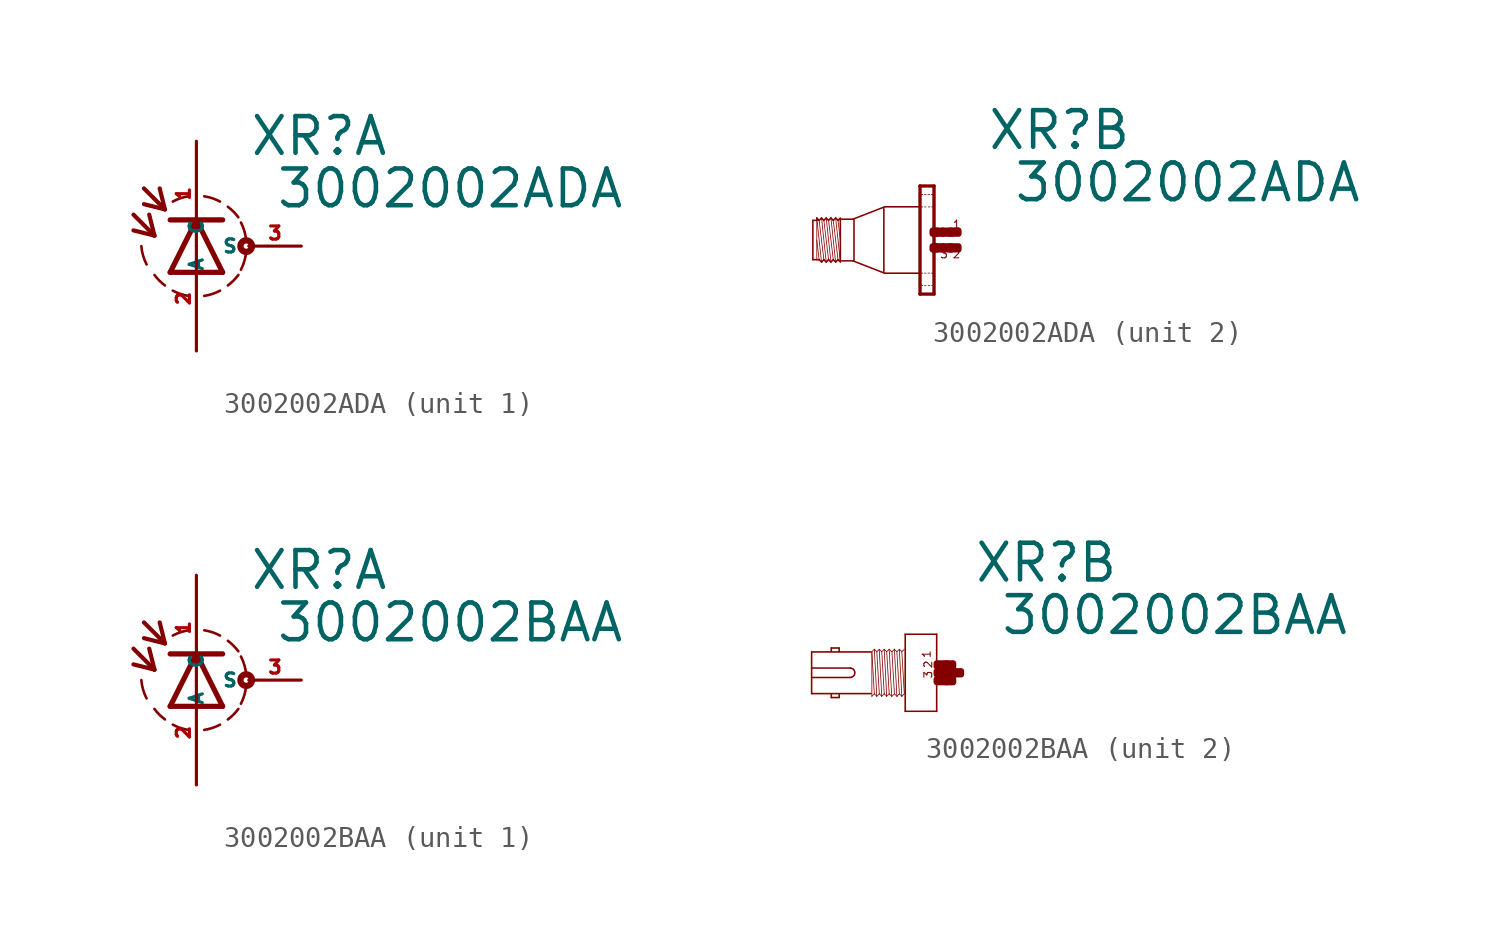
<source format=kicad_sym>
(kicad_symbol_lib
  (version 20220914)
  (generator Eagle2Kicad)
  (symbol "3002002ADA"
    (property "Reference" "XR"
      (at 2.54 4.293 0)
      (effects (font (size 1.778 1.778) (thickness 0.22)) (justify left bottom)))
    (property "Value" "3002002ADA"
      (at 3.81 1.753 0)
      (effects (font (size 1.778 1.778) (thickness 0.22)) (justify left bottom)))
    (symbol "3002002ADA_1_0"
      (arc (start 0.381 -2.413) (mid 0.773 -2.318) (end 1.143 -2.159) (stroke (width 0.127) (type default)) (fill (type none)))
      (arc (start 2.159 -1.143) (mid 2.329 -0.711) (end 2.413 -0.254) (stroke (width 0.127) (type default)) (fill (type none)))
      (arc (start 2.413 0.254) (mid 2.329 0.711) (end 2.159 1.143) (stroke (width 0.127) (type default)) (fill (type none)))
      (arc (start 2.032 1.397) (mid 1.797 1.670) (end 1.524 1.905) (stroke (width 0.127) (type default)) (fill (type none)))
      (arc (start 1.143 2.159) (mid 0.773 2.318) (end 0.381 2.413) (stroke (width 0.127) (type default)) (fill (type none)))
      (arc (start 1.524 -1.905) (mid 1.797 -1.670) (end 2.032 -1.397) (stroke (width 0.127) (type default)) (fill (type none)))
      (arc (start -0.381 2.413) (mid -0.773 2.318) (end -1.143 2.159) (stroke (width 0.127) (type default)) (fill (type none)))
      (polyline (pts (xy 1.27 -1.27) (xy 0 1.27)) (stroke (width 0.254) (type default)) (fill (type none)))
      (polyline (pts (xy 0 1.27) (xy -1.27 -1.27)) (stroke (width 0.254) (type default)) (fill (type none)))
      (polyline (pts (xy -1.27 1.27) (xy 0 1.27)) (stroke (width 0.254) (type default)) (fill (type none)))
      (polyline (pts (xy -1.27 -1.27) (xy 1.27 -1.27)) (stroke (width 0.254) (type default)) (fill (type none)))
      (polyline (pts (xy 0 1.27) (xy 1.27 1.27)) (stroke (width 0.254) (type default)) (fill (type none)))
      (polyline (pts (xy -3.048 1.524) (xy -2.032 0.508)) (stroke (width 0.203) (type default)) (fill (type none)))
      (polyline (pts (xy -2.032 0.508) (xy -2.286 1.524)) (stroke (width 0.203) (type default)) (fill (type none)))
      (polyline (pts (xy -2.032 0.508) (xy -3.048 0.762)) (stroke (width 0.203) (type default)) (fill (type none)))
      (polyline (pts (xy -2.54 2.794) (xy -1.524 1.778)) (stroke (width 0.203) (type default)) (fill (type none)))
      (polyline (pts (xy -1.524 1.778) (xy -1.778 2.794)) (stroke (width 0.203) (type default)) (fill (type none)))
      (polyline (pts (xy -1.524 1.778) (xy -2.54 2.032)) (stroke (width 0.203) (type default)) (fill (type none)))
      (arc (start -2.667 0) (mid -2.583 -0.457) (end -2.413 -0.889) (stroke (width 0.127) (type default)) (fill (type none)))
      (arc (start -2.032 -1.397) (mid -1.797 -1.670) (end -1.524 -1.905) (stroke (width 0.127) (type default)) (fill (type none)))
      (arc (start -1.143 -2.159) (mid -0.773 -2.318) (end -0.381 -2.413) (stroke (width 0.127) (type default)) (fill (type none)))
      (circle (center 2.413 0) (radius 0.127) (stroke (width 0.305) (type default)) (fill (type none)))
      (pin passive line (at 0 5.08 270) (length 5.08) (name "A" (effects (font (size 0.635 0.635) (thickness 0.08)) (justify left bottom))) (number "1" (effects (font (size 0.635 0.635) (thickness 0.08)) (justify left bottom))))
      (pin passive line (at 0 -5.08 90) (length 5.08) (name "C" (effects (font (size 0.635 0.635) (thickness 0.08)) (justify left bottom))) (number "2" (effects (font (size 0.635 0.635) (thickness 0.08)) (justify left bottom))))
      (pin passive line (at 5.08 0 180) (length 2.54) (name "S" (effects (font (size 0.635 0.635) (thickness 0.08)) (justify left bottom))) (number "3" (effects (font (size 0.635 0.635) (thickness 0.08)) (justify left bottom)))))
    (symbol "3002002ADA_2_0"
      (polyline (pts (xy -4.548 -1.067) (xy -4.777 1.067)) (stroke (width 0.038) (type default)) (fill (type none)))
      (polyline (pts (xy -4.662 0.953) (xy -4.548 0)) (stroke (width 0.038) (type default)) (fill (type none)))
      (polyline (pts (xy -4.662 -0.953) (xy -4.891 0.953)) (stroke (width 0.038) (type default)) (fill (type none)))
      (polyline (pts (xy -4.777 -1.067) (xy -5.005 1.067)) (stroke (width 0.038) (type default)) (fill (type none)))
      (polyline (pts (xy -4.891 -0.953) (xy -5.12 0.953)) (stroke (width 0.038) (type default)) (fill (type none)))
      (polyline (pts (xy -5.005 -1.067) (xy -5.234 1.067)) (stroke (width 0.038) (type default)) (fill (type none)))
      (polyline (pts (xy -5.12 -0.953) (xy -5.348 0.953)) (stroke (width 0.038) (type default)) (fill (type none)))
      (polyline (pts (xy -5.234 -1.067) (xy -5.462 1.067)) (stroke (width 0.038) (type default)) (fill (type none)))
      (polyline (pts (xy -5.348 -0.953) (xy -5.577 0.953)) (stroke (width 0.038) (type default)) (fill (type none)))
      (polyline (pts (xy -5.462 -1.067) (xy -5.691 1.067)) (stroke (width 0.038) (type default)) (fill (type none)))
      (polyline (pts (xy -5.691 0) (xy -5.577 -0.953)) (stroke (width 0.038) (type default)) (fill (type none)))
      (polyline (pts (xy -5.691 1.029) (xy -5.691 0.953)) (stroke (width 0.038) (type default)) (fill (type none)))
      (polyline (pts (xy -5.691 0.953) (xy -5.691 -0.953)) (stroke (width 0.038) (type default)) (fill (type none)))
      (polyline (pts (xy -5.881 -0.953) (xy -5.881 0.953)) (stroke (width 0.076) (type default)) (fill (type none)))
      (polyline (pts (xy -5.881 0.953) (xy -5.691 0.953)) (stroke (width 0.076) (type default)) (fill (type none)))
      (polyline (pts (xy -5.691 0.953) (xy -5.691 1.067)) (stroke (width 0.076) (type default)) (fill (type none)))
      (polyline (pts (xy -5.691 1.067) (xy -5.577 0.953)) (stroke (width 0.076) (type default)) (fill (type none)))
      (polyline (pts (xy -5.577 0.953) (xy -5.462 1.067)) (stroke (width 0.076) (type default)) (fill (type none)))
      (polyline (pts (xy -5.462 1.067) (xy -5.348 0.953)) (stroke (width 0.076) (type default)) (fill (type none)))
      (polyline (pts (xy -5.348 0.953) (xy -5.234 1.067)) (stroke (width 0.076) (type default)) (fill (type none)))
      (polyline (pts (xy -5.234 1.067) (xy -5.12 0.953)) (stroke (width 0.076) (type default)) (fill (type none)))
      (polyline (pts (xy -5.12 0.953) (xy -5.005 1.067)) (stroke (width 0.076) (type default)) (fill (type none)))
      (polyline (pts (xy -4.777 1.067) (xy -4.662 0.953)) (stroke (width 0.076) (type default)) (fill (type none)))
      (polyline (pts (xy -4.662 0.953) (xy -4.548 1.067)) (stroke (width 0.076) (type default)) (fill (type none)))
      (polyline (pts (xy -4.548 -1.067) (xy -4.662 -0.953)) (stroke (width 0.076) (type default)) (fill (type none)))
      (polyline (pts (xy -4.662 -0.953) (xy -4.777 -1.067)) (stroke (width 0.076) (type default)) (fill (type none)))
      (polyline (pts (xy -4.777 -1.067) (xy -4.891 -0.953)) (stroke (width 0.076) (type default)) (fill (type none)))
      (polyline (pts (xy -4.891 -0.953) (xy -5.005 -1.067)) (stroke (width 0.076) (type default)) (fill (type none)))
      (polyline (pts (xy -5.005 -1.067) (xy -5.12 -0.953)) (stroke (width 0.076) (type default)) (fill (type none)))
      (polyline (pts (xy -5.12 -0.953) (xy -5.234 -1.067)) (stroke (width 0.076) (type default)) (fill (type none)))
      (polyline (pts (xy -5.234 -1.067) (xy -5.348 -0.953)) (stroke (width 0.076) (type default)) (fill (type none)))
      (polyline (pts (xy -5.348 -0.953) (xy -5.462 -1.067)) (stroke (width 0.076) (type default)) (fill (type none)))
      (polyline (pts (xy -5.462 -1.067) (xy -5.577 -0.953)) (stroke (width 0.076) (type default)) (fill (type none)))
      (polyline (pts (xy -5.577 -0.953) (xy -5.691 -0.953)) (stroke (width 0.076) (type default)) (fill (type none)))
      (polyline (pts (xy -5.691 -0.953) (xy -5.881 -0.953)) (stroke (width 0.076) (type default)) (fill (type none)))
      (polyline (pts (xy -4.548 1.029) (xy -4.548 1.01)) (stroke (width 0.076) (type default)) (fill (type none)))
      (polyline (pts (xy -4.548 1.01) (xy -4.548 -1.01)) (stroke (width 0.076) (type default)) (fill (type none)))
      (polyline (pts (xy -4.548 -1.01) (xy -4.548 -1.029)) (stroke (width 0.076) (type default)) (fill (type none)))
      (polyline (pts (xy -0.038 2.594) (xy -0.038 -2.594)) (stroke (width 0.076) (type default)) (fill (type none)))
      (polyline (pts (xy -0.038 -2.594) (xy -0.655 -2.594)) (stroke (width 0.076) (type default)) (fill (type none)))
      (polyline (pts (xy -0.655 -2.594) (xy -0.655 2.594)) (stroke (width 0.076) (type default)) (fill (type none)))
      (polyline (pts (xy -0.655 2.594) (xy -0.038 2.594)) (stroke (width 0.076) (type default)) (fill (type none)))
      (polyline (pts (xy -0.699 1.61) (xy -2.4 1.61)) (stroke (width 0.076) (type default)) (fill (type none)))
      (polyline (pts (xy -2.4 1.61) (xy -3.938 1.012)) (stroke (width 0.076) (type default)) (fill (type none)))
      (polyline (pts (xy -0.669 -1.61) (xy -2.4 -1.61)) (stroke (width 0.076) (type default)) (fill (type none)))
      (polyline (pts (xy -2.4 -1.61) (xy -3.938 -1.012)) (stroke (width 0.076) (type default)) (fill (type none)))
      (polyline (pts (xy -3.938 -1.01) (xy -4.548 -1.01)) (stroke (width 0.076) (type default)) (fill (type none)))
      (polyline (pts (xy -4.548 1.01) (xy -3.938 1.01)) (stroke (width 0.076) (type default)) (fill (type none)))
      (polyline (pts (xy -4.777 1.067) (xy -4.891 0.953)) (stroke (width 0.076) (type default)) (fill (type none)))
      (polyline (pts (xy -4.891 0.953) (xy -5.005 1.067)) (stroke (width 0.076) (type default)) (fill (type none)))
      (polyline (pts (xy 0 -2.625) (xy -0.69 -2.625)) (stroke (width 0) (type default)) (fill (type none)))
      (polyline (pts (xy 0 -2.625) (xy 0 2.625)) (stroke (width 0) (type default)) (fill (type none)))
      (polyline (pts (xy 0 2.625) (xy -0.69 2.625)) (stroke (width 0) (type default)) (fill (type none)))
      (polyline (pts (xy -0.69 2.625) (xy -0.69 -2.625)) (stroke (width 0) (type default)) (fill (type none)))
      (polyline (pts (xy -0.039 -1.605) (xy -0.135 -1.605)) (stroke (width 0.038) (type default)) (fill (type none)))
      (polyline (pts (xy -0.225 -1.605) (xy -0.3 -1.605)) (stroke (width 0.038) (type default)) (fill (type none)))
      (polyline (pts (xy -0.39 -1.605) (xy -0.465 -1.605)) (stroke (width 0.038) (type default)) (fill (type none)))
      (polyline (pts (xy -0.555 -1.605) (xy -0.633 -1.605)) (stroke (width 0.038) (type default)) (fill (type none)))
      (polyline (pts (xy -0.039 -2.205) (xy -0.12 -2.205)) (stroke (width 0.038) (type default)) (fill (type none)))
      (polyline (pts (xy -0.21 -2.205) (xy -0.285 -2.205)) (stroke (width 0.038) (type default)) (fill (type none)))
      (polyline (pts (xy -0.39 -2.205) (xy -0.465 -2.205)) (stroke (width 0.038) (type default)) (fill (type none)))
      (polyline (pts (xy -0.555 -2.205) (xy -0.633 -2.205)) (stroke (width 0.038) (type default)) (fill (type none)))
      (polyline (pts (xy -0.039 2.205) (xy -0.135 2.205)) (stroke (width 0.038) (type default)) (fill (type none)))
      (polyline (pts (xy -0.225 2.205) (xy -0.3 2.205)) (stroke (width 0.038) (type default)) (fill (type none)))
      (polyline (pts (xy -0.39 2.205) (xy -0.465 2.205)) (stroke (width 0.038) (type default)) (fill (type none)))
      (polyline (pts (xy -0.555 2.205) (xy -0.633 2.205)) (stroke (width 0.038) (type default)) (fill (type none)))
      (polyline (pts (xy -0.039 1.605) (xy -0.12 1.605)) (stroke (width 0.038) (type default)) (fill (type none)))
      (polyline (pts (xy -0.21 1.605) (xy -0.285 1.605)) (stroke (width 0.038) (type default)) (fill (type none)))
      (polyline (pts (xy -0.39 1.605) (xy -0.465 1.605)) (stroke (width 0.038) (type default)) (fill (type none)))
      (polyline (pts (xy -0.555 1.605) (xy -0.633 1.605)) (stroke (width 0.038) (type default)) (fill (type none)))
      (polyline (pts (xy -3.886 0.991) (xy -3.886 -0.991)) (stroke (width 0.076) (type default)) (fill (type none)))
      (polyline (pts (xy -2.438 1.524) (xy -2.438 -1.524)) (stroke (width 0.076) (type default)) (fill (type none)))
      (text "1" (at 0.876 0.533 0) (effects (font (size 0.381 0.381) (thickness 0.05)) (justify left bottom)))
      (text "3" (at 0.267 -0.914 0) (effects (font (size 0.381 0.381) (thickness 0.05)) (justify left bottom)))
      (text "2" (at 0.876 -0.914 0) (effects (font (size 0.381 0.381) (thickness 0.05)) (justify left bottom)))
      (rectangle (start 0.838 -0.457) (end 1.181 -0.305) (stroke (width 0.3) (type default)) (fill (type outline)))
      (rectangle (start 0.419 -0.457) (end 0.762 -0.305) (stroke (width 0.3) (type default)) (fill (type outline)))
      (rectangle (start 0.076 -0.457) (end 0.419 -0.305) (stroke (width 0.3) (type default)) (fill (type outline)))
      (rectangle (start -0.076 -0.457) (end 0.152 -0.305) (stroke (width 0.3) (type default)) (fill (type outline)))
      (rectangle (start 0.762 -0.457) (end 0.838 -0.305) (stroke (width 0.3) (type default)) (fill (type outline)))
      (rectangle (start 0.838 0.305) (end 1.181 0.457) (stroke (width 0.3) (type default)) (fill (type outline)))
      (rectangle (start 0.762 0.305) (end 0.838 0.457) (stroke (width 0.3) (type default)) (fill (type outline)))
      (rectangle (start 0.419 0.305) (end 0.762 0.457) (stroke (width 0.3) (type default)) (fill (type outline)))
      (rectangle (start 0.076 0.305) (end 0.419 0.457) (stroke (width 0.3) (type default)) (fill (type outline)))
      (rectangle (start -0.076 0.305) (end 0.152 0.457) (stroke (width 0.3) (type default)) (fill (type outline)))))
  (symbol "3002002BAA"
    (property "Reference" "XR"
      (at 2.54 4.293 0)
      (effects (font (size 1.778 1.778) (thickness 0.22)) (justify left bottom)))
    (property "Value" "3002002BAA"
      (at 3.81 1.753 0)
      (effects (font (size 1.778 1.778) (thickness 0.22)) (justify left bottom)))
    (symbol "3002002BAA_1_0"
      (arc (start 0.381 -2.413) (mid 0.773 -2.318) (end 1.143 -2.159) (stroke (width 0.127) (type default)) (fill (type none)))
      (arc (start 2.159 -1.143) (mid 2.329 -0.711) (end 2.413 -0.254) (stroke (width 0.127) (type default)) (fill (type none)))
      (arc (start 2.413 0.254) (mid 2.329 0.711) (end 2.159 1.143) (stroke (width 0.127) (type default)) (fill (type none)))
      (arc (start 2.032 1.397) (mid 1.797 1.670) (end 1.524 1.905) (stroke (width 0.127) (type default)) (fill (type none)))
      (arc (start 1.143 2.159) (mid 0.773 2.318) (end 0.381 2.413) (stroke (width 0.127) (type default)) (fill (type none)))
      (arc (start 1.524 -1.905) (mid 1.797 -1.670) (end 2.032 -1.397) (stroke (width 0.127) (type default)) (fill (type none)))
      (arc (start -0.381 2.413) (mid -0.773 2.318) (end -1.143 2.159) (stroke (width 0.127) (type default)) (fill (type none)))
      (polyline (pts (xy 1.27 -1.27) (xy 0 1.27)) (stroke (width 0.254) (type default)) (fill (type none)))
      (polyline (pts (xy 0 1.27) (xy -1.27 -1.27)) (stroke (width 0.254) (type default)) (fill (type none)))
      (polyline (pts (xy -1.27 1.27) (xy 0 1.27)) (stroke (width 0.254) (type default)) (fill (type none)))
      (polyline (pts (xy -1.27 -1.27) (xy 1.27 -1.27)) (stroke (width 0.254) (type default)) (fill (type none)))
      (polyline (pts (xy 0 1.27) (xy 1.27 1.27)) (stroke (width 0.254) (type default)) (fill (type none)))
      (polyline (pts (xy -3.048 1.524) (xy -2.032 0.508)) (stroke (width 0.203) (type default)) (fill (type none)))
      (polyline (pts (xy -2.032 0.508) (xy -2.286 1.524)) (stroke (width 0.203) (type default)) (fill (type none)))
      (polyline (pts (xy -2.032 0.508) (xy -3.048 0.762)) (stroke (width 0.203) (type default)) (fill (type none)))
      (polyline (pts (xy -2.54 2.794) (xy -1.524 1.778)) (stroke (width 0.203) (type default)) (fill (type none)))
      (polyline (pts (xy -1.524 1.778) (xy -1.778 2.794)) (stroke (width 0.203) (type default)) (fill (type none)))
      (polyline (pts (xy -1.524 1.778) (xy -2.54 2.032)) (stroke (width 0.203) (type default)) (fill (type none)))
      (arc (start -2.667 0) (mid -2.583 -0.457) (end -2.413 -0.889) (stroke (width 0.127) (type default)) (fill (type none)))
      (arc (start -2.032 -1.397) (mid -1.797 -1.670) (end -1.524 -1.905) (stroke (width 0.127) (type default)) (fill (type none)))
      (arc (start -1.143 -2.159) (mid -0.773 -2.318) (end -0.381 -2.413) (stroke (width 0.127) (type default)) (fill (type none)))
      (circle (center 2.413 0) (radius 0.127) (stroke (width 0.305) (type default)) (fill (type none)))
      (pin passive line (at 0 5.08 270) (length 5.08) (name "A" (effects (font (size 0.635 0.635) (thickness 0.08)) (justify left bottom))) (number "1" (effects (font (size 0.635 0.635) (thickness 0.08)) (justify left bottom))))
      (pin passive line (at 0 -5.08 90) (length 5.08) (name "C" (effects (font (size 0.635 0.635) (thickness 0.08)) (justify left bottom))) (number "2" (effects (font (size 0.635 0.635) (thickness 0.08)) (justify left bottom))))
      (pin passive line (at 5.08 0 180) (length 2.54) (name "S" (effects (font (size 0.635 0.635) (thickness 0.08)) (justify left bottom))) (number "3" (effects (font (size 0.635 0.635) (thickness 0.08)) (justify left bottom)))))
    (symbol "3002002BAA_2_0"
      (polyline (pts (xy 0.762 1.867) (xy 0.762 -1.867)) (stroke (width 0.076) (type default)) (fill (type none)))
      (polyline (pts (xy 0.762 -1.867) (xy -0.762 -1.867)) (stroke (width 0.076) (type default)) (fill (type none)))
      (polyline (pts (xy -0.762 -1.867) (xy -0.762 1.867)) (stroke (width 0.076) (type default)) (fill (type none)))
      (polyline (pts (xy -0.762 1.867) (xy 0.762 1.867)) (stroke (width 0.076) (type default)) (fill (type none)))
      (polyline (pts (xy -2.419 1.01) (xy -5.296 1.01)) (stroke (width 0.076) (type default)) (fill (type none)))
      (polyline (pts (xy -5.296 1.01) (xy -5.296 0.229)) (stroke (width 0.076) (type default)) (fill (type none)))
      (polyline (pts (xy -5.296 0.229) (xy -5.296 -0.229)) (stroke (width 0.076) (type default)) (fill (type none)))
      (polyline (pts (xy -5.296 -0.229) (xy -5.296 -1.01)) (stroke (width 0.076) (type default)) (fill (type none)))
      (polyline (pts (xy -5.296 -1.01) (xy -2.419 -1.01)) (stroke (width 0.076) (type default)) (fill (type none)))
      (polyline (pts (xy -3.962 -1.029) (xy -3.962 -1.2)) (stroke (width 0.076) (type default)) (fill (type none)))
      (polyline (pts (xy -3.962 -1.2) (xy -4.343 -1.2)) (stroke (width 0.076) (type default)) (fill (type none)))
      (polyline (pts (xy -4.343 -1.2) (xy -4.343 -1.029)) (stroke (width 0.076) (type default)) (fill (type none)))
      (polyline (pts (xy -4.343 1.029) (xy -4.343 1.2)) (stroke (width 0.076) (type default)) (fill (type none)))
      (polyline (pts (xy -4.343 1.2) (xy -3.962 1.2)) (stroke (width 0.076) (type default)) (fill (type none)))
      (polyline (pts (xy -3.962 1.2) (xy -3.962 1.029)) (stroke (width 0.076) (type default)) (fill (type none)))
      (polyline (pts (xy -2.258 1.14) (xy -2.138 -1.14)) (stroke (width 0.038) (type default)) (fill (type none)))
      (polyline (pts (xy -2.018 1.099) (xy -1.898 -1.14)) (stroke (width 0.038) (type default)) (fill (type none)))
      (polyline (pts (xy -1.898 1.02) (xy -1.778 -1.02)) (stroke (width 0.038) (type default)) (fill (type none)))
      (polyline (pts (xy -1.778 1.14) (xy -1.658 -1.14)) (stroke (width 0.038) (type default)) (fill (type none)))
      (polyline (pts (xy -1.538 1.14) (xy -1.418 -1.14)) (stroke (width 0.038) (type default)) (fill (type none)))
      (polyline (pts (xy -2.378 -1.14) (xy -2.378 0.999)) (stroke (width 0.038) (type default)) (fill (type none)))
      (polyline (pts (xy -2.378 -1.14) (xy -2.258 -1.02)) (stroke (width 0.038) (type default)) (fill (type none)))
      (polyline (pts (xy -2.258 -1.02) (xy -2.138 -1.14)) (stroke (width 0.038) (type default)) (fill (type none)))
      (polyline (pts (xy -2.138 -1.14) (xy -2.018 -1.02)) (stroke (width 0.038) (type default)) (fill (type none)))
      (polyline (pts (xy -2.018 -1.02) (xy -1.898 -1.14)) (stroke (width 0.038) (type default)) (fill (type none)))
      (polyline (pts (xy -1.898 -1.14) (xy -1.778 -1.02)) (stroke (width 0.038) (type default)) (fill (type none)))
      (polyline (pts (xy -1.778 -1.02) (xy -1.658 -1.14)) (stroke (width 0.038) (type default)) (fill (type none)))
      (polyline (pts (xy -1.658 -1.14) (xy -1.538 -1.02)) (stroke (width 0.038) (type default)) (fill (type none)))
      (polyline (pts (xy -1.538 -1.02) (xy -1.418 -1.14)) (stroke (width 0.038) (type default)) (fill (type none)))
      (polyline (pts (xy -2.378 1.02) (xy -2.258 1.14)) (stroke (width 0.038) (type default)) (fill (type none)))
      (polyline (pts (xy -2.258 1.14) (xy -2.138 1.02)) (stroke (width 0.038) (type default)) (fill (type none)))
      (polyline (pts (xy -2.138 1.02) (xy -2.018 1.14)) (stroke (width 0.038) (type default)) (fill (type none)))
      (polyline (pts (xy -2.018 1.14) (xy -1.898 1.02)) (stroke (width 0.038) (type default)) (fill (type none)))
      (polyline (pts (xy -1.898 1.02) (xy -1.778 1.14)) (stroke (width 0.038) (type default)) (fill (type none)))
      (polyline (pts (xy -1.778 1.14) (xy -1.658 1.02)) (stroke (width 0.038) (type default)) (fill (type none)))
      (polyline (pts (xy -1.658 1.02) (xy -1.538 1.14)) (stroke (width 0.038) (type default)) (fill (type none)))
      (polyline (pts (xy -1.538 1.14) (xy -1.418 1.02)) (stroke (width 0.038) (type default)) (fill (type none)))
      (polyline (pts (xy -2.138 1.02) (xy -2.018 -1.02)) (stroke (width 0.038) (type default)) (fill (type none)))
      (polyline (pts (xy -1.658 1.02) (xy -1.538 -1.02)) (stroke (width 0.038) (type default)) (fill (type none)))
      (polyline (pts (xy -2.378 1.02) (xy -2.258 -1.02)) (stroke (width 0.038) (type default)) (fill (type none)))
      (polyline (pts (xy -1.286 1.14) (xy -1.166 -1.14)) (stroke (width 0.038) (type default)) (fill (type none)))
      (polyline (pts (xy -1.046 1.099) (xy -0.926 -1.14)) (stroke (width 0.038) (type default)) (fill (type none)))
      (polyline (pts (xy -0.926 1.02) (xy -0.806 -1.02)) (stroke (width 0.038) (type default)) (fill (type none)))
      (polyline (pts (xy -1.406 -1.14) (xy -1.286 -1.02)) (stroke (width 0.038) (type default)) (fill (type none)))
      (polyline (pts (xy -1.286 -1.02) (xy -1.166 -1.14)) (stroke (width 0.038) (type default)) (fill (type none)))
      (polyline (pts (xy -1.166 -1.14) (xy -1.046 -1.02)) (stroke (width 0.038) (type default)) (fill (type none)))
      (polyline (pts (xy -1.046 -1.02) (xy -0.926 -1.14)) (stroke (width 0.038) (type default)) (fill (type none)))
      (polyline (pts (xy -0.926 -1.14) (xy -0.806 -1.02)) (stroke (width 0.038) (type default)) (fill (type none)))
      (polyline (pts (xy -1.406 1.02) (xy -1.286 1.14)) (stroke (width 0.038) (type default)) (fill (type none)))
      (polyline (pts (xy -1.286 1.14) (xy -1.166 1.02)) (stroke (width 0.038) (type default)) (fill (type none)))
      (polyline (pts (xy -1.166 1.02) (xy -1.046 1.14)) (stroke (width 0.038) (type default)) (fill (type none)))
      (polyline (pts (xy -1.046 1.14) (xy -0.926 1.02)) (stroke (width 0.038) (type default)) (fill (type none)))
      (polyline (pts (xy -0.926 1.02) (xy -0.806 1.14)) (stroke (width 0.038) (type default)) (fill (type none)))
      (polyline (pts (xy -1.166 1.02) (xy -1.046 -1.02)) (stroke (width 0.038) (type default)) (fill (type none)))
      (polyline (pts (xy -1.406 1.02) (xy -1.286 -1.02)) (stroke (width 0.038) (type default)) (fill (type none)))
      (polyline (pts (xy -5.296 -0.229) (xy -3.429 -0.229)) (stroke (width 0.076) (type default)) (fill (type none)))
      (polyline (pts (xy -3.429 0.229) (xy -5.296 0.229)) (stroke (width 0.076) (type default)) (fill (type none)))
      (arc (start -3.429 -0.2286) (mid -3.200 0.000) (end -3.429 0.2286) (stroke (width 0.0762) (type default)) (fill (type none)))
      (text "1" (at 0.495 0.686 1800) (effects (font (size 0.381 0.381) (thickness 0.05)) (justify left bottom)))
      (text "3" (at 0.572 -0.305 1800) (effects (font (size 0.381 0.381) (thickness 0.05)) (justify left bottom)))
      (text "2" (at 0.572 0.191 1800) (effects (font (size 0.381 0.381) (thickness 0.05)) (justify left bottom)))
      (rectangle (start 0.762 -0.457) (end 1.257 -0.305) (stroke (width 0.3) (type default)) (fill (type outline)))
      (rectangle (start 0.762 -0.076) (end 1.638 0.076) (stroke (width 0.3) (type default)) (fill (type outline)))
      (rectangle (start 1.219 -0.457) (end 1.562 -0.305) (stroke (width 0.3) (type default)) (fill (type outline)))
      (rectangle (start 1.6 -0.076) (end 1.943 0.076) (stroke (width 0.3) (type default)) (fill (type outline)))
      (rectangle (start 1.219 0.305) (end 1.562 0.457) (stroke (width 0.3) (type default)) (fill (type outline)))
      (rectangle (start 0.762 0.305) (end 1.257 0.457) (stroke (width 0.3) (type default)) (fill (type outline))))))
</source>
